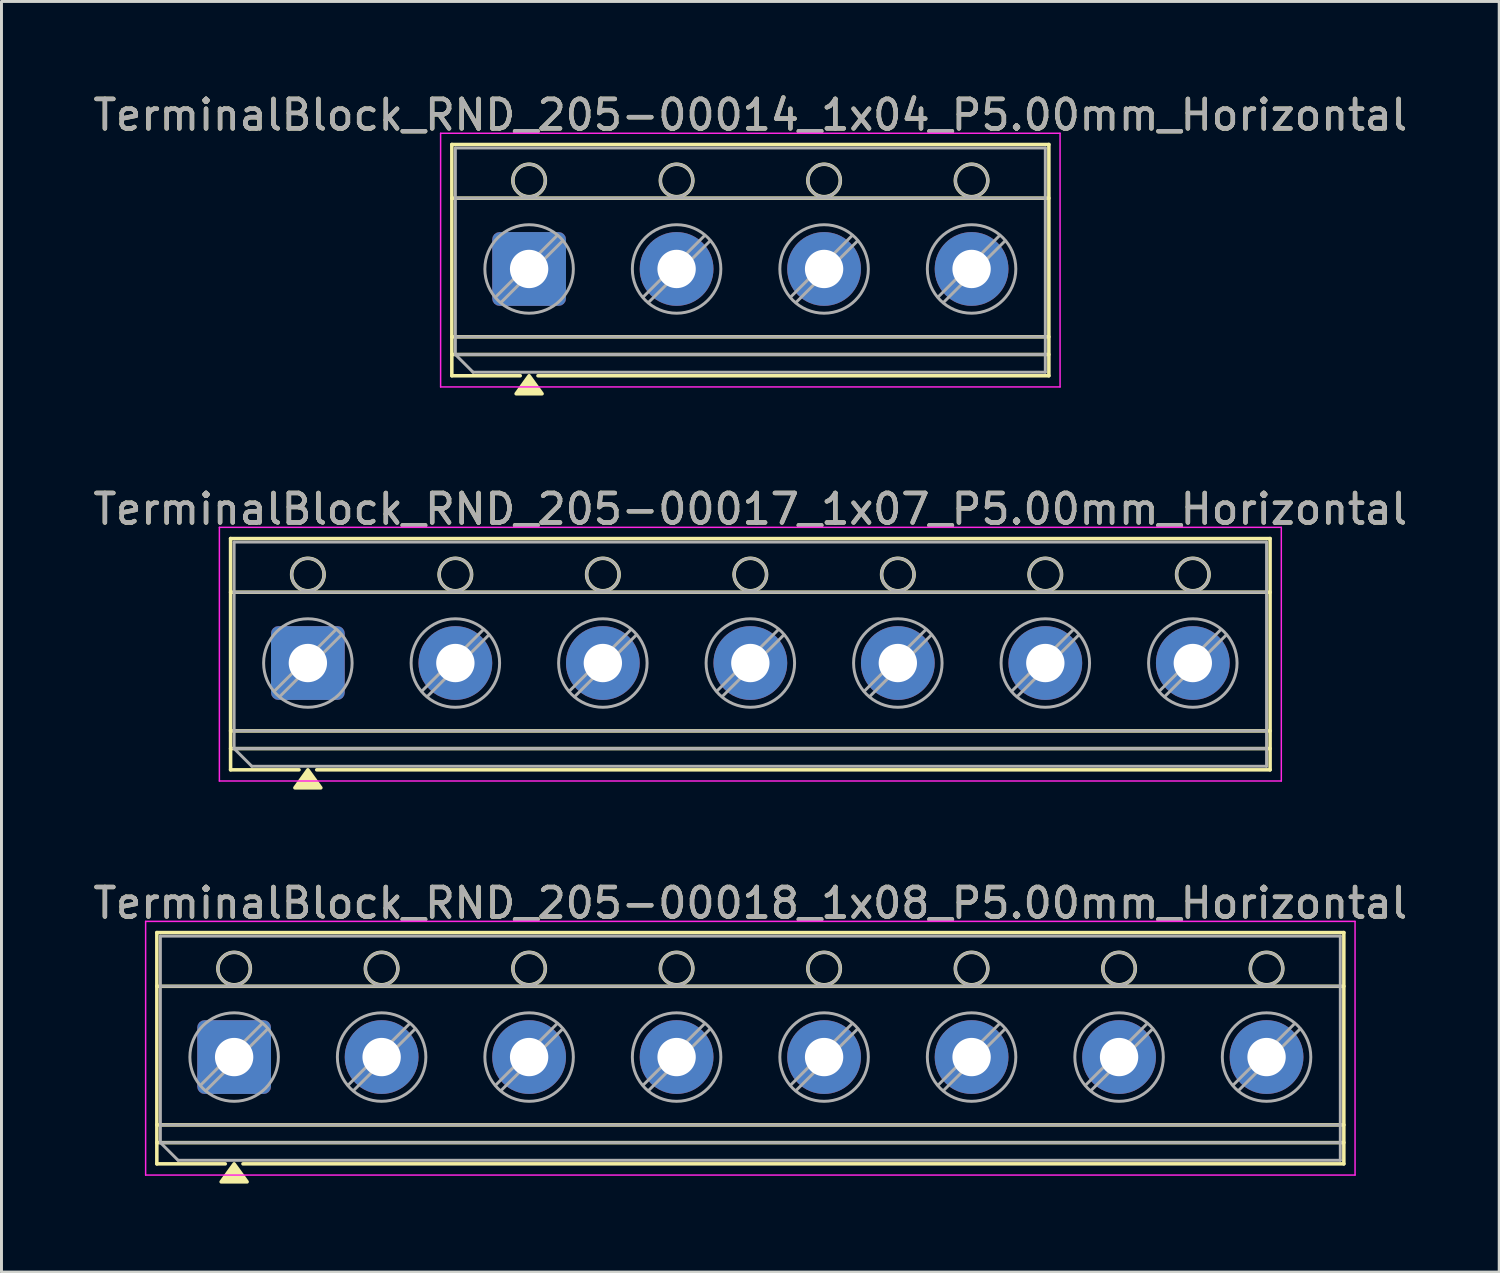
<source format=kicad_pcb>
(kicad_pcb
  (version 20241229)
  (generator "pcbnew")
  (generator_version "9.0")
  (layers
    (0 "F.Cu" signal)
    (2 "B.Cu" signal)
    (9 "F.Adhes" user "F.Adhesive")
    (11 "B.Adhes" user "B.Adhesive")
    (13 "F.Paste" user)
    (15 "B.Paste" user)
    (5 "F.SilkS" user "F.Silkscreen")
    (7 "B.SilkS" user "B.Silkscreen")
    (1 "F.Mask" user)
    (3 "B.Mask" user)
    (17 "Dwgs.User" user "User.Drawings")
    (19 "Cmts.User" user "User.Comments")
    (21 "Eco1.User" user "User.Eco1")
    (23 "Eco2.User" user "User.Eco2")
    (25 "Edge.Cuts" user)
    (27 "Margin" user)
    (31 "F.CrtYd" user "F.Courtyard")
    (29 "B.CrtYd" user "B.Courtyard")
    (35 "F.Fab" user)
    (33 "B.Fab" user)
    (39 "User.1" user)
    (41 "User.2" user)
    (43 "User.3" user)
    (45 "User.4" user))
  (footprint "TerminalBlock_RND_205-00017_1x07_P5.00mm_Horizontal"
    (layer "F.Cu")
    (at 7.387 19.427)
    (property "Reference" "TerminalBlock_RND_205-00017_1x07_P5.00mm_Horizontal" (at 15 -5.22 0) (layer "F.SilkS") (effects (font (size 1 1) (thickness 0.15))))
    (attr through_hole)
    (fp_line (start -2.62 -4.22) (end 32.62 -4.22) (stroke (width 0.12) (type solid)) (layer "F.SilkS"))
    (fp_line (start -2.62 -2.4) (end 32.62 -2.4) (stroke (width 0.12) (type solid)) (layer "F.SilkS"))
    (fp_line (start -2.62 2.3) (end 32.62 2.3) (stroke (width 0.12) (type solid)) (layer "F.SilkS"))
    (fp_line (start -2.62 2.9) (end 32.62 2.9) (stroke (width 0.12) (type solid)) (layer "F.SilkS"))
    (fp_line (start -2.62 3.62) (end -2.62 -4.22) (stroke (width 0.12) (type solid)) (layer "F.SilkS"))
    (fp_line (start -0.3 3.62) (end -2.62 3.62) (stroke (width 0.12) (type solid)) (layer "F.SilkS"))
    (fp_line (start 32.62 -4.22) (end 32.62 3.62) (stroke (width 0.12) (type solid)) (layer "F.SilkS"))
    (fp_line (start 32.62 3.62) (end 0.3 3.62) (stroke (width 0.12) (type solid)) (layer "F.SilkS"))
    (fp_circle (center 0 -3) (end 0.55 -3) (stroke (width 0.12) (type solid)) (fill no) (layer "F.SilkS"))
    (fp_circle (center 5 -3) (end 5.55 -3) (stroke (width 0.12) (type solid)) (fill no) (layer "F.SilkS"))
    (fp_circle (center 10 -3) (end 10.55 -3) (stroke (width 0.12) (type solid)) (fill no) (layer "F.SilkS"))
    (fp_circle (center 15 -3) (end 15.55 -3) (stroke (width 0.12) (type solid)) (fill no) (layer "F.SilkS"))
    (fp_circle (center 20 -3) (end 20.55 -3) (stroke (width 0.12) (type solid)) (fill no) (layer "F.SilkS"))
    (fp_circle (center 25 -3) (end 25.55 -3) (stroke (width 0.12) (type solid)) (fill no) (layer "F.SilkS"))
    (fp_circle (center 30 -3) (end 30.55 -3) (stroke (width 0.12) (type solid)) (fill no) (layer "F.SilkS"))
    (fp_poly (pts (xy 0 3.62) (xy 0.44 4.23) (xy -0.44 4.23)) (stroke (width 0.12) (type solid)) (fill yes) (layer "F.SilkS"))
    (fp_line (start -3 -4.6) (end -3 4) (stroke (width 0.05) (type solid)) (layer "F.CrtYd"))
    (fp_line (start -3 4) (end 33 4) (stroke (width 0.05) (type solid)) (layer "F.CrtYd"))
    (fp_line (start 33 -4.6) (end -3 -4.6) (stroke (width 0.05) (type solid)) (layer "F.CrtYd"))
    (fp_line (start 33 4) (end 33 -4.6) (stroke (width 0.05) (type solid)) (layer "F.CrtYd"))
    (fp_line (start -2.5 -4.1) (end 32.5 -4.1) (stroke (width 0.1) (type solid)) (layer "F.Fab"))
    (fp_line (start -2.5 -2.4) (end 32.5 -2.4) (stroke (width 0.1) (type solid)) (layer "F.Fab"))
    (fp_line (start -2.5 2.3) (end 32.5 2.3) (stroke (width 0.1) (type solid)) (layer "F.Fab"))
    (fp_line (start -2.5 2.9) (end -2.5 -4.1) (stroke (width 0.1) (type solid)) (layer "F.Fab"))
    (fp_line (start -2.5 2.9) (end 32.5 2.9) (stroke (width 0.1) (type solid)) (layer "F.Fab"))
    (fp_line (start -1.9 3.5) (end -2.5 2.9) (stroke (width 0.1) (type solid)) (layer "F.Fab"))
    (fp_line (start 0.955 -1.138) (end -1.138 0.955) (stroke (width 0.1) (type solid)) (layer "F.Fab"))
    (fp_line (start 1.138 -0.955) (end -0.955 1.138) (stroke (width 0.1) (type solid)) (layer "F.Fab"))
    (fp_line (start 5.955 -1.138) (end 3.862 0.955) (stroke (width 0.1) (type solid)) (layer "F.Fab"))
    (fp_line (start 6.138 -0.955) (end 4.045 1.138) (stroke (width 0.1) (type solid)) (layer "F.Fab"))
    (fp_line (start 10.955 -1.138) (end 8.862 0.955) (stroke (width 0.1) (type solid)) (layer "F.Fab"))
    (fp_line (start 11.138 -0.955) (end 9.045 1.138) (stroke (width 0.1) (type solid)) (layer "F.Fab"))
    (fp_line (start 15.955 -1.138) (end 13.862 0.955) (stroke (width 0.1) (type solid)) (layer "F.Fab"))
    (fp_line (start 16.138 -0.955) (end 14.045 1.138) (stroke (width 0.1) (type solid)) (layer "F.Fab"))
    (fp_line (start 20.955 -1.138) (end 18.862 0.955) (stroke (width 0.1) (type solid)) (layer "F.Fab"))
    (fp_line (start 21.138 -0.955) (end 19.045 1.138) (stroke (width 0.1) (type solid)) (layer "F.Fab"))
    (fp_line (start 25.955 -1.138) (end 23.862 0.955) (stroke (width 0.1) (type solid)) (layer "F.Fab"))
    (fp_line (start 26.138 -0.955) (end 24.045 1.138) (stroke (width 0.1) (type solid)) (layer "F.Fab"))
    (fp_line (start 30.955 -1.138) (end 28.862 0.955) (stroke (width 0.1) (type solid)) (layer "F.Fab"))
    (fp_line (start 31.138 -0.955) (end 29.045 1.138) (stroke (width 0.1) (type solid)) (layer "F.Fab"))
    (fp_line (start 32.5 -4.1) (end 32.5 3.5) (stroke (width 0.1) (type solid)) (layer "F.Fab"))
    (fp_line (start 32.5 3.5) (end -1.9 3.5) (stroke (width 0.1) (type solid)) (layer "F.Fab"))
    (fp_circle (center 0 -3) (end 0.55 -3) (stroke (width 0.1) (type solid)) (fill no) (layer "F.Fab"))
    (fp_circle (center 0 0) (end 1.5 0) (stroke (width 0.1) (type solid)) (fill no) (layer "F.Fab"))
    (fp_circle (center 5 -3) (end 5.55 -3) (stroke (width 0.1) (type solid)) (fill no) (layer "F.Fab"))
    (fp_circle (center 5 0) (end 6.5 0) (stroke (width 0.1) (type solid)) (fill no) (layer "F.Fab"))
    (fp_circle (center 10 -3) (end 10.55 -3) (stroke (width 0.1) (type solid)) (fill no) (layer "F.Fab"))
    (fp_circle (center 10 0) (end 11.5 0) (stroke (width 0.1) (type solid)) (fill no) (layer "F.Fab"))
    (fp_circle (center 15 -3) (end 15.55 -3) (stroke (width 0.1) (type solid)) (fill no) (layer "F.Fab"))
    (fp_circle (center 15 0) (end 16.5 0) (stroke (width 0.1) (type solid)) (fill no) (layer "F.Fab"))
    (fp_circle (center 20 -3) (end 20.55 -3) (stroke (width 0.1) (type solid)) (fill no) (layer "F.Fab"))
    (fp_circle (center 20 0) (end 21.5 0) (stroke (width 0.1) (type solid)) (fill no) (layer "F.Fab"))
    (fp_circle (center 25 -3) (end 25.55 -3) (stroke (width 0.1) (type solid)) (fill no) (layer "F.Fab"))
    (fp_circle (center 25 0) (end 26.5 0) (stroke (width 0.1) (type solid)) (fill no) (layer "F.Fab"))
    (fp_circle (center 30 -3) (end 30.55 -3) (stroke (width 0.1) (type solid)) (fill no) (layer "F.Fab"))
    (fp_circle (center 30 0) (end 31.5 0) (stroke (width 0.1) (type solid)) (fill no) (layer "F.Fab"))
    (fp_text user "${REFERENCE}" (at 15 -5.22 0) (layer "F.Fab") (effects (font (size 1 1) (thickness 0.15))))
    (pad "1" thru_hole roundrect (at 0 0) (size 2.5 2.5) (drill 1.3) (layers "*.Cu" "*.Mask") (roundrect_rratio 0.1))
    (pad "2" thru_hole circle (at 5 0) (size 2.5 2.5) (drill 1.3) (layers "*.Cu" "*.Mask"))
    (pad "3" thru_hole circle (at 10 0) (size 2.5 2.5) (drill 1.3) (layers "*.Cu" "*.Mask"))
    (pad "4" thru_hole circle (at 15 0) (size 2.5 2.5) (drill 1.3) (layers "*.Cu" "*.Mask"))
    (pad "5" thru_hole circle (at 20 0) (size 2.5 2.5) (drill 1.3) (layers "*.Cu" "*.Mask"))
    (pad "6" thru_hole circle (at 25 0) (size 2.5 2.5) (drill 1.3) (layers "*.Cu" "*.Mask"))
    (pad "7" thru_hole circle (at 30 0) (size 2.5 2.5) (drill 1.3) (layers "*.Cu" "*.Mask")))
  (footprint "TerminalBlock_RND_205-00018_1x08_P5.00mm_Horizontal"
    (layer "F.Cu")
    (at 4.887 32.785)
    (property "Reference" "TerminalBlock_RND_205-00018_1x08_P5.00mm_Horizontal" (at 17.5 -5.22 0) (layer "F.SilkS") (effects (font (size 1 1) (thickness 0.15))))
    (attr through_hole)
    (fp_line (start -2.62 -4.22) (end 37.62 -4.22) (stroke (width 0.12) (type solid)) (layer "F.SilkS"))
    (fp_line (start -2.62 -2.4) (end 37.62 -2.4) (stroke (width 0.12) (type solid)) (layer "F.SilkS"))
    (fp_line (start -2.62 2.3) (end 37.62 2.3) (stroke (width 0.12) (type solid)) (layer "F.SilkS"))
    (fp_line (start -2.62 2.9) (end 37.62 2.9) (stroke (width 0.12) (type solid)) (layer "F.SilkS"))
    (fp_line (start -2.62 3.62) (end -2.62 -4.22) (stroke (width 0.12) (type solid)) (layer "F.SilkS"))
    (fp_line (start -0.3 3.62) (end -2.62 3.62) (stroke (width 0.12) (type solid)) (layer "F.SilkS"))
    (fp_line (start 37.62 -4.22) (end 37.62 3.62) (stroke (width 0.12) (type solid)) (layer "F.SilkS"))
    (fp_line (start 37.62 3.62) (end 0.3 3.62) (stroke (width 0.12) (type solid)) (layer "F.SilkS"))
    (fp_circle (center 0 -3) (end 0.55 -3) (stroke (width 0.12) (type solid)) (fill no) (layer "F.SilkS"))
    (fp_circle (center 5 -3) (end 5.55 -3) (stroke (width 0.12) (type solid)) (fill no) (layer "F.SilkS"))
    (fp_circle (center 10 -3) (end 10.55 -3) (stroke (width 0.12) (type solid)) (fill no) (layer "F.SilkS"))
    (fp_circle (center 15 -3) (end 15.55 -3) (stroke (width 0.12) (type solid)) (fill no) (layer "F.SilkS"))
    (fp_circle (center 20 -3) (end 20.55 -3) (stroke (width 0.12) (type solid)) (fill no) (layer "F.SilkS"))
    (fp_circle (center 25 -3) (end 25.55 -3) (stroke (width 0.12) (type solid)) (fill no) (layer "F.SilkS"))
    (fp_circle (center 30 -3) (end 30.55 -3) (stroke (width 0.12) (type solid)) (fill no) (layer "F.SilkS"))
    (fp_circle (center 35 -3) (end 35.55 -3) (stroke (width 0.12) (type solid)) (fill no) (layer "F.SilkS"))
    (fp_poly (pts (xy 0 3.62) (xy 0.44 4.23) (xy -0.44 4.23)) (stroke (width 0.12) (type solid)) (fill yes) (layer "F.SilkS"))
    (fp_line (start -3 -4.6) (end -3 4) (stroke (width 0.05) (type solid)) (layer "F.CrtYd"))
    (fp_line (start -3 4) (end 38 4) (stroke (width 0.05) (type solid)) (layer "F.CrtYd"))
    (fp_line (start 38 -4.6) (end -3 -4.6) (stroke (width 0.05) (type solid)) (layer "F.CrtYd"))
    (fp_line (start 38 4) (end 38 -4.6) (stroke (width 0.05) (type solid)) (layer "F.CrtYd"))
    (fp_line (start -2.5 -4.1) (end 37.5 -4.1) (stroke (width 0.1) (type solid)) (layer "F.Fab"))
    (fp_line (start -2.5 -2.4) (end 37.5 -2.4) (stroke (width 0.1) (type solid)) (layer "F.Fab"))
    (fp_line (start -2.5 2.3) (end 37.5 2.3) (stroke (width 0.1) (type solid)) (layer "F.Fab"))
    (fp_line (start -2.5 2.9) (end -2.5 -4.1) (stroke (width 0.1) (type solid)) (layer "F.Fab"))
    (fp_line (start -2.5 2.9) (end 37.5 2.9) (stroke (width 0.1) (type solid)) (layer "F.Fab"))
    (fp_line (start -1.9 3.5) (end -2.5 2.9) (stroke (width 0.1) (type solid)) (layer "F.Fab"))
    (fp_line (start 0.955 -1.138) (end -1.138 0.955) (stroke (width 0.1) (type solid)) (layer "F.Fab"))
    (fp_line (start 1.138 -0.955) (end -0.955 1.138) (stroke (width 0.1) (type solid)) (layer "F.Fab"))
    (fp_line (start 5.955 -1.138) (end 3.862 0.955) (stroke (width 0.1) (type solid)) (layer "F.Fab"))
    (fp_line (start 6.138 -0.955) (end 4.045 1.138) (stroke (width 0.1) (type solid)) (layer "F.Fab"))
    (fp_line (start 10.955 -1.138) (end 8.862 0.955) (stroke (width 0.1) (type solid)) (layer "F.Fab"))
    (fp_line (start 11.138 -0.955) (end 9.045 1.138) (stroke (width 0.1) (type solid)) (layer "F.Fab"))
    (fp_line (start 15.955 -1.138) (end 13.862 0.955) (stroke (width 0.1) (type solid)) (layer "F.Fab"))
    (fp_line (start 16.138 -0.955) (end 14.045 1.138) (stroke (width 0.1) (type solid)) (layer "F.Fab"))
    (fp_line (start 20.955 -1.138) (end 18.862 0.955) (stroke (width 0.1) (type solid)) (layer "F.Fab"))
    (fp_line (start 21.138 -0.955) (end 19.045 1.138) (stroke (width 0.1) (type solid)) (layer "F.Fab"))
    (fp_line (start 25.955 -1.138) (end 23.862 0.955) (stroke (width 0.1) (type solid)) (layer "F.Fab"))
    (fp_line (start 26.138 -0.955) (end 24.045 1.138) (stroke (width 0.1) (type solid)) (layer "F.Fab"))
    (fp_line (start 30.955 -1.138) (end 28.862 0.955) (stroke (width 0.1) (type solid)) (layer "F.Fab"))
    (fp_line (start 31.138 -0.955) (end 29.045 1.138) (stroke (width 0.1) (type solid)) (layer "F.Fab"))
    (fp_line (start 35.955 -1.138) (end 33.862 0.955) (stroke (width 0.1) (type solid)) (layer "F.Fab"))
    (fp_line (start 36.138 -0.955) (end 34.045 1.138) (stroke (width 0.1) (type solid)) (layer "F.Fab"))
    (fp_line (start 37.5 -4.1) (end 37.5 3.5) (stroke (width 0.1) (type solid)) (layer "F.Fab"))
    (fp_line (start 37.5 3.5) (end -1.9 3.5) (stroke (width 0.1) (type solid)) (layer "F.Fab"))
    (fp_circle (center 0 -3) (end 0.55 -3) (stroke (width 0.1) (type solid)) (fill no) (layer "F.Fab"))
    (fp_circle (center 0 0) (end 1.5 0) (stroke (width 0.1) (type solid)) (fill no) (layer "F.Fab"))
    (fp_circle (center 5 -3) (end 5.55 -3) (stroke (width 0.1) (type solid)) (fill no) (layer "F.Fab"))
    (fp_circle (center 5 0) (end 6.5 0) (stroke (width 0.1) (type solid)) (fill no) (layer "F.Fab"))
    (fp_circle (center 10 -3) (end 10.55 -3) (stroke (width 0.1) (type solid)) (fill no) (layer "F.Fab"))
    (fp_circle (center 10 0) (end 11.5 0) (stroke (width 0.1) (type solid)) (fill no) (layer "F.Fab"))
    (fp_circle (center 15 -3) (end 15.55 -3) (stroke (width 0.1) (type solid)) (fill no) (layer "F.Fab"))
    (fp_circle (center 15 0) (end 16.5 0) (stroke (width 0.1) (type solid)) (fill no) (layer "F.Fab"))
    (fp_circle (center 20 -3) (end 20.55 -3) (stroke (width 0.1) (type solid)) (fill no) (layer "F.Fab"))
    (fp_circle (center 20 0) (end 21.5 0) (stroke (width 0.1) (type solid)) (fill no) (layer "F.Fab"))
    (fp_circle (center 25 -3) (end 25.55 -3) (stroke (width 0.1) (type solid)) (fill no) (layer "F.Fab"))
    (fp_circle (center 25 0) (end 26.5 0) (stroke (width 0.1) (type solid)) (fill no) (layer "F.Fab"))
    (fp_circle (center 30 -3) (end 30.55 -3) (stroke (width 0.1) (type solid)) (fill no) (layer "F.Fab"))
    (fp_circle (center 30 0) (end 31.5 0) (stroke (width 0.1) (type solid)) (fill no) (layer "F.Fab"))
    (fp_circle (center 35 -3) (end 35.55 -3) (stroke (width 0.1) (type solid)) (fill no) (layer "F.Fab"))
    (fp_circle (center 35 0) (end 36.5 0) (stroke (width 0.1) (type solid)) (fill no) (layer "F.Fab"))
    (fp_text user "${REFERENCE}" (at 17.5 -5.22 0) (layer "F.Fab") (effects (font (size 1 1) (thickness 0.15))))
    (pad "1" thru_hole roundrect (at 0 0) (size 2.5 2.5) (drill 1.3) (layers "*.Cu" "*.Mask") (roundrect_rratio 0.1))
    (pad "2" thru_hole circle (at 5 0) (size 2.5 2.5) (drill 1.3) (layers "*.Cu" "*.Mask"))
    (pad "3" thru_hole circle (at 10 0) (size 2.5 2.5) (drill 1.3) (layers "*.Cu" "*.Mask"))
    (pad "4" thru_hole circle (at 15 0) (size 2.5 2.5) (drill 1.3) (layers "*.Cu" "*.Mask"))
    (pad "5" thru_hole circle (at 20 0) (size 2.5 2.5) (drill 1.3) (layers "*.Cu" "*.Mask"))
    (pad "6" thru_hole circle (at 25 0) (size 2.5 2.5) (drill 1.3) (layers "*.Cu" "*.Mask"))
    (pad "7" thru_hole circle (at 30 0) (size 2.5 2.5) (drill 1.3) (layers "*.Cu" "*.Mask"))
    (pad "8" thru_hole circle (at 35 0) (size 2.5 2.5) (drill 1.3) (layers "*.Cu" "*.Mask")))
  (footprint "TerminalBlock_RND_205-00014_1x04_P5.00mm_Horizontal"
    (layer "F.Cu")
    (at 14.887 6.068)
    (property "Reference" "TerminalBlock_RND_205-00014_1x04_P5.00mm_Horizontal" (at 7.5 -5.22 0) (layer "F.SilkS") (effects (font (size 1 1) (thickness 0.15))))
    (attr through_hole)
    (fp_line (start -2.62 -4.22) (end 17.62 -4.22) (stroke (width 0.12) (type solid)) (layer "F.SilkS"))
    (fp_line (start -2.62 -2.4) (end 17.62 -2.4) (stroke (width 0.12) (type solid)) (layer "F.SilkS"))
    (fp_line (start -2.62 2.3) (end 17.62 2.3) (stroke (width 0.12) (type solid)) (layer "F.SilkS"))
    (fp_line (start -2.62 2.9) (end 17.62 2.9) (stroke (width 0.12) (type solid)) (layer "F.SilkS"))
    (fp_line (start -2.62 3.62) (end -2.62 -4.22) (stroke (width 0.12) (type solid)) (layer "F.SilkS"))
    (fp_line (start -0.3 3.62) (end -2.62 3.62) (stroke (width 0.12) (type solid)) (layer "F.SilkS"))
    (fp_line (start 17.62 -4.22) (end 17.62 3.62) (stroke (width 0.12) (type solid)) (layer "F.SilkS"))
    (fp_line (start 17.62 3.62) (end 0.3 3.62) (stroke (width 0.12) (type solid)) (layer "F.SilkS"))
    (fp_circle (center 0 -3) (end 0.55 -3) (stroke (width 0.12) (type solid)) (fill no) (layer "F.SilkS"))
    (fp_circle (center 5 -3) (end 5.55 -3) (stroke (width 0.12) (type solid)) (fill no) (layer "F.SilkS"))
    (fp_circle (center 10 -3) (end 10.55 -3) (stroke (width 0.12) (type solid)) (fill no) (layer "F.SilkS"))
    (fp_circle (center 15 -3) (end 15.55 -3) (stroke (width 0.12) (type solid)) (fill no) (layer "F.SilkS"))
    (fp_poly (pts (xy 0 3.62) (xy 0.44 4.23) (xy -0.44 4.23)) (stroke (width 0.12) (type solid)) (fill yes) (layer "F.SilkS"))
    (fp_line (start -3 -4.6) (end -3 4) (stroke (width 0.05) (type solid)) (layer "F.CrtYd"))
    (fp_line (start -3 4) (end 18 4) (stroke (width 0.05) (type solid)) (layer "F.CrtYd"))
    (fp_line (start 18 -4.6) (end -3 -4.6) (stroke (width 0.05) (type solid)) (layer "F.CrtYd"))
    (fp_line (start 18 4) (end 18 -4.6) (stroke (width 0.05) (type solid)) (layer "F.CrtYd"))
    (fp_line (start -2.5 -4.1) (end 17.5 -4.1) (stroke (width 0.1) (type solid)) (layer "F.Fab"))
    (fp_line (start -2.5 -2.4) (end 17.5 -2.4) (stroke (width 0.1) (type solid)) (layer "F.Fab"))
    (fp_line (start -2.5 2.3) (end 17.5 2.3) (stroke (width 0.1) (type solid)) (layer "F.Fab"))
    (fp_line (start -2.5 2.9) (end -2.5 -4.1) (stroke (width 0.1) (type solid)) (layer "F.Fab"))
    (fp_line (start -2.5 2.9) (end 17.5 2.9) (stroke (width 0.1) (type solid)) (layer "F.Fab"))
    (fp_line (start -1.9 3.5) (end -2.5 2.9) (stroke (width 0.1) (type solid)) (layer "F.Fab"))
    (fp_line (start 0.955 -1.138) (end -1.138 0.955) (stroke (width 0.1) (type solid)) (layer "F.Fab"))
    (fp_line (start 1.138 -0.955) (end -0.955 1.138) (stroke (width 0.1) (type solid)) (layer "F.Fab"))
    (fp_line (start 5.955 -1.138) (end 3.862 0.955) (stroke (width 0.1) (type solid)) (layer "F.Fab"))
    (fp_line (start 6.138 -0.955) (end 4.045 1.138) (stroke (width 0.1) (type solid)) (layer "F.Fab"))
    (fp_line (start 10.955 -1.138) (end 8.862 0.955) (stroke (width 0.1) (type solid)) (layer "F.Fab"))
    (fp_line (start 11.138 -0.955) (end 9.045 1.138) (stroke (width 0.1) (type solid)) (layer "F.Fab"))
    (fp_line (start 15.955 -1.138) (end 13.862 0.955) (stroke (width 0.1) (type solid)) (layer "F.Fab"))
    (fp_line (start 16.138 -0.955) (end 14.045 1.138) (stroke (width 0.1) (type solid)) (layer "F.Fab"))
    (fp_line (start 17.5 -4.1) (end 17.5 3.5) (stroke (width 0.1) (type solid)) (layer "F.Fab"))
    (fp_line (start 17.5 3.5) (end -1.9 3.5) (stroke (width 0.1) (type solid)) (layer "F.Fab"))
    (fp_circle (center 0 -3) (end 0.55 -3) (stroke (width 0.1) (type solid)) (fill no) (layer "F.Fab"))
    (fp_circle (center 0 0) (end 1.5 0) (stroke (width 0.1) (type solid)) (fill no) (layer "F.Fab"))
    (fp_circle (center 5 -3) (end 5.55 -3) (stroke (width 0.1) (type solid)) (fill no) (layer "F.Fab"))
    (fp_circle (center 5 0) (end 6.5 0) (stroke (width 0.1) (type solid)) (fill no) (layer "F.Fab"))
    (fp_circle (center 10 -3) (end 10.55 -3) (stroke (width 0.1) (type solid)) (fill no) (layer "F.Fab"))
    (fp_circle (center 10 0) (end 11.5 0) (stroke (width 0.1) (type solid)) (fill no) (layer "F.Fab"))
    (fp_circle (center 15 -3) (end 15.55 -3) (stroke (width 0.1) (type solid)) (fill no) (layer "F.Fab"))
    (fp_circle (center 15 0) (end 16.5 0) (stroke (width 0.1) (type solid)) (fill no) (layer "F.Fab"))
    (fp_text user "${REFERENCE}" (at 7.5 -5.22 0) (layer "F.Fab") (effects (font (size 1 1) (thickness 0.15))))
    (pad "1" thru_hole roundrect (at 0 0) (size 2.5 2.5) (drill 1.3) (layers "*.Cu" "*.Mask") (roundrect_rratio 0.1))
    (pad "2" thru_hole circle (at 5 0) (size 2.5 2.5) (drill 1.3) (layers "*.Cu" "*.Mask"))
    (pad "3" thru_hole circle (at 10 0) (size 2.5 2.5) (drill 1.3) (layers "*.Cu" "*.Mask"))
    (pad "4" thru_hole circle (at 15 0) (size 2.5 2.5) (drill 1.3) (layers "*.Cu" "*.Mask")))
  (gr_rect
    (start -3 -3)
    (end 47.774 40.075)
    (stroke (width 0.1) (type default))
    (fill no)
    (layer "Edge.Cuts")))
</source>
